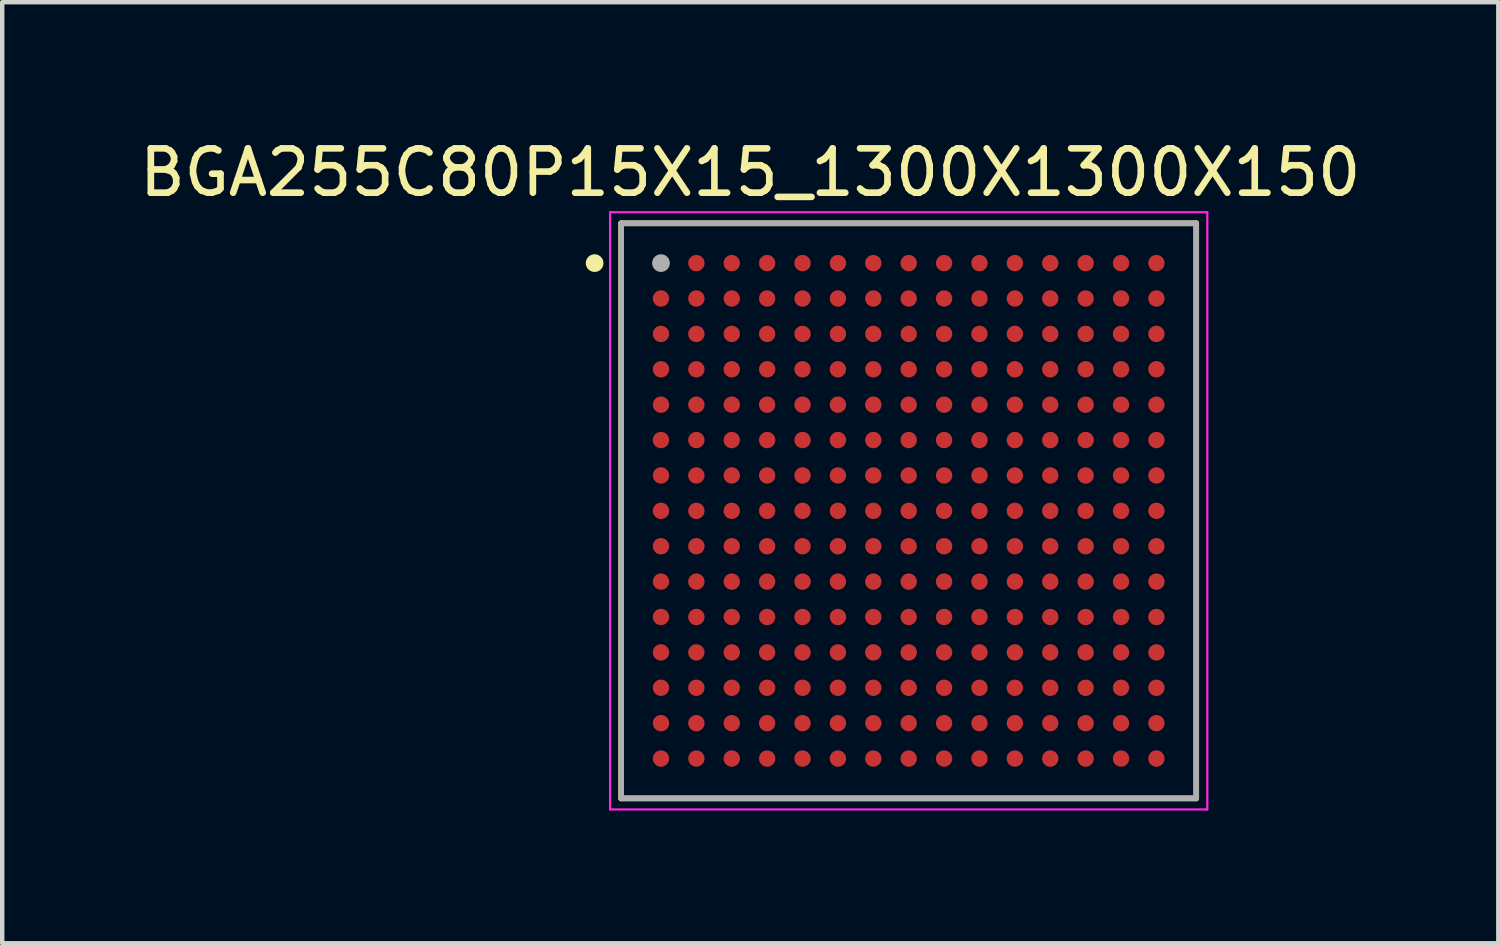
<source format=kicad_pcb>
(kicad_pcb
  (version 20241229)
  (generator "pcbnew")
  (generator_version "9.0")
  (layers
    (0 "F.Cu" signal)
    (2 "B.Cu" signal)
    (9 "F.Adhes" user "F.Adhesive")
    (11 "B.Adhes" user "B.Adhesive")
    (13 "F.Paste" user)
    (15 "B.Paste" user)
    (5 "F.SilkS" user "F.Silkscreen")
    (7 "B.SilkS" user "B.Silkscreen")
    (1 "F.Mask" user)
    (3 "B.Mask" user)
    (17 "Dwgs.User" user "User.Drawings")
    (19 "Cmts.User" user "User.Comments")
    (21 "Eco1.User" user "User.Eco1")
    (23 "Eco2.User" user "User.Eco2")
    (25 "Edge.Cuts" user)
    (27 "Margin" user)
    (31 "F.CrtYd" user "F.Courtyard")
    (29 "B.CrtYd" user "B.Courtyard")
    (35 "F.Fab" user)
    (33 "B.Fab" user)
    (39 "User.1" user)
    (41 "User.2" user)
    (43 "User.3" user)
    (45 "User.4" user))
  (footprint "BGA255C80P15X15_1300X1300X150"
    (layer "F.Cu")
    (at 17.492 8.498)
    (property "Reference" "BGA255C80P15X15_1300X1300X150" (at -3.581 -7.648 0) (layer "F.SilkS") (effects (font (size 1.002 1.002) (thickness 0.15))))
    (attr smd)
    (fp_line (start -6.5 -6.5) (end -6.5 6.5) (stroke (width 0.127) (type solid)) (layer "F.SilkS"))
    (fp_line (start -6.5 -6.5) (end 6.5 -6.5) (stroke (width 0.127) (type solid)) (layer "F.SilkS"))
    (fp_line (start -6.5 6.5) (end 6.5 6.5) (stroke (width 0.127) (type solid)) (layer "F.SilkS"))
    (fp_line (start 6.5 -6.5) (end 6.5 6.5) (stroke (width 0.127) (type solid)) (layer "F.SilkS"))
    (fp_circle (center -7.1 -5.6) (end -7 -5.6) (stroke (width 0.2) (type solid)) (fill no) (layer "F.SilkS"))
    (fp_line (start -6.75 -6.75) (end 6.75 -6.75) (stroke (width 0.05) (type solid)) (layer "F.CrtYd"))
    (fp_line (start -6.75 6.75) (end -6.75 -6.75) (stroke (width 0.05) (type solid)) (layer "F.CrtYd"))
    (fp_line (start 6.75 -6.75) (end 6.75 6.75) (stroke (width 0.05) (type solid)) (layer "F.CrtYd"))
    (fp_line (start 6.75 6.75) (end -6.75 6.75) (stroke (width 0.05) (type solid)) (layer "F.CrtYd"))
    (fp_line (start -6.5 -6.5) (end 6.5 -6.5) (stroke (width 0.127) (type solid)) (layer "F.Fab"))
    (fp_line (start -6.5 6.5) (end -6.5 -6.5) (stroke (width 0.127) (type solid)) (layer "F.Fab"))
    (fp_line (start 6.5 -6.5) (end 6.5 6.5) (stroke (width 0.127) (type solid)) (layer "F.Fab"))
    (fp_line (start 6.5 6.5) (end -6.5 6.5) (stroke (width 0.127) (type solid)) (layer "F.Fab"))
    (fp_circle (center -5.6 -5.6) (end -5.5 -5.6) (stroke (width 0.2) (type solid)) (fill no) (layer "F.Fab"))
    (pad "A1" smd circle (at -5.6 -5.6) (size 0.37 0.37) (layers "F.Cu" "F.Mask" "F.Paste"))
    (pad "A2" smd circle (at -4.8 -5.6) (size 0.37 0.37) (layers "F.Cu" "F.Mask" "F.Paste"))
    (pad "A3" smd circle (at -4 -5.6) (size 0.37 0.37) (layers "F.Cu" "F.Mask" "F.Paste"))
    (pad "A4" smd circle (at -3.2 -5.6) (size 0.37 0.37) (layers "F.Cu" "F.Mask" "F.Paste"))
    (pad "A5" smd circle (at -2.4 -5.6) (size 0.37 0.37) (layers "F.Cu" "F.Mask" "F.Paste"))
    (pad "A6" smd circle (at -1.6 -5.6) (size 0.37 0.37) (layers "F.Cu" "F.Mask" "F.Paste"))
    (pad "A7" smd circle (at -0.8 -5.6) (size 0.37 0.37) (layers "F.Cu" "F.Mask" "F.Paste"))
    (pad "A8" smd circle (at 0 -5.6) (size 0.37 0.37) (layers "F.Cu" "F.Mask" "F.Paste"))
    (pad "A9" smd circle (at 0.8 -5.6) (size 0.37 0.37) (layers "F.Cu" "F.Mask" "F.Paste"))
    (pad "A10" smd circle (at 1.6 -5.6) (size 0.37 0.37) (layers "F.Cu" "F.Mask" "F.Paste"))
    (pad "A11" smd circle (at 2.4 -5.6) (size 0.37 0.37) (layers "F.Cu" "F.Mask" "F.Paste"))
    (pad "A12" smd circle (at 3.2 -5.6) (size 0.37 0.37) (layers "F.Cu" "F.Mask" "F.Paste"))
    (pad "A13" smd circle (at 4 -5.6) (size 0.37 0.37) (layers "F.Cu" "F.Mask" "F.Paste"))
    (pad "A14" smd circle (at 4.8 -5.6) (size 0.37 0.37) (layers "F.Cu" "F.Mask" "F.Paste"))
    (pad "A15" smd circle (at 5.6 -5.6) (size 0.37 0.37) (layers "F.Cu" "F.Mask" "F.Paste"))
    (pad "B1" smd circle (at -5.6 -4.8) (size 0.37 0.37) (layers "F.Cu" "F.Mask" "F.Paste"))
    (pad "B2" smd circle (at -4.8 -4.8) (size 0.37 0.37) (layers "F.Cu" "F.Mask" "F.Paste"))
    (pad "B3" smd circle (at -4 -4.8) (size 0.37 0.37) (layers "F.Cu" "F.Mask" "F.Paste"))
    (pad "B4" smd circle (at -3.2 -4.8) (size 0.37 0.37) (layers "F.Cu" "F.Mask" "F.Paste"))
    (pad "B5" smd circle (at -2.4 -4.8) (size 0.37 0.37) (layers "F.Cu" "F.Mask" "F.Paste"))
    (pad "B6" smd circle (at -1.6 -4.8) (size 0.37 0.37) (layers "F.Cu" "F.Mask" "F.Paste"))
    (pad "B7" smd circle (at -0.8 -4.8) (size 0.37 0.37) (layers "F.Cu" "F.Mask" "F.Paste"))
    (pad "B8" smd circle (at 0 -4.8) (size 0.37 0.37) (layers "F.Cu" "F.Mask" "F.Paste"))
    (pad "B9" smd circle (at 0.8 -4.8) (size 0.37 0.37) (layers "F.Cu" "F.Mask" "F.Paste"))
    (pad "B10" smd circle (at 1.6 -4.8) (size 0.37 0.37) (layers "F.Cu" "F.Mask" "F.Paste"))
    (pad "B11" smd circle (at 2.4 -4.8) (size 0.37 0.37) (layers "F.Cu" "F.Mask" "F.Paste"))
    (pad "B12" smd circle (at 3.2 -4.8) (size 0.37 0.37) (layers "F.Cu" "F.Mask" "F.Paste"))
    (pad "B13" smd circle (at 4 -4.8) (size 0.37 0.37) (layers "F.Cu" "F.Mask" "F.Paste"))
    (pad "B14" smd circle (at 4.8 -4.8) (size 0.37 0.37) (layers "F.Cu" "F.Mask" "F.Paste"))
    (pad "B15" smd circle (at 5.6 -4.8) (size 0.37 0.37) (layers "F.Cu" "F.Mask" "F.Paste"))
    (pad "C1" smd circle (at -5.6 -4) (size 0.37 0.37) (layers "F.Cu" "F.Mask" "F.Paste"))
    (pad "C2" smd circle (at -4.8 -4) (size 0.37 0.37) (layers "F.Cu" "F.Mask" "F.Paste"))
    (pad "C3" smd circle (at -4 -4) (size 0.37 0.37) (layers "F.Cu" "F.Mask" "F.Paste"))
    (pad "C4" smd circle (at -3.2 -4) (size 0.37 0.37) (layers "F.Cu" "F.Mask" "F.Paste"))
    (pad "C5" smd circle (at -2.4 -4) (size 0.37 0.37) (layers "F.Cu" "F.Mask" "F.Paste"))
    (pad "C6" smd circle (at -1.6 -4) (size 0.37 0.37) (layers "F.Cu" "F.Mask" "F.Paste"))
    (pad "C7" smd circle (at -0.8 -4) (size 0.37 0.37) (layers "F.Cu" "F.Mask" "F.Paste"))
    (pad "C8" smd circle (at 0 -4) (size 0.37 0.37) (layers "F.Cu" "F.Mask" "F.Paste"))
    (pad "C9" smd circle (at 0.8 -4) (size 0.37 0.37) (layers "F.Cu" "F.Mask" "F.Paste"))
    (pad "C10" smd circle (at 1.6 -4) (size 0.37 0.37) (layers "F.Cu" "F.Mask" "F.Paste"))
    (pad "C11" smd circle (at 2.4 -4) (size 0.37 0.37) (layers "F.Cu" "F.Mask" "F.Paste"))
    (pad "C12" smd circle (at 3.2 -4) (size 0.37 0.37) (layers "F.Cu" "F.Mask" "F.Paste"))
    (pad "C13" smd circle (at 4 -4) (size 0.37 0.37) (layers "F.Cu" "F.Mask" "F.Paste"))
    (pad "C14" smd circle (at 4.8 -4) (size 0.37 0.37) (layers "F.Cu" "F.Mask" "F.Paste"))
    (pad "C15" smd circle (at 5.6 -4) (size 0.37 0.37) (layers "F.Cu" "F.Mask" "F.Paste"))
    (pad "D1" smd circle (at -5.6 -3.2) (size 0.37 0.37) (layers "F.Cu" "F.Mask" "F.Paste"))
    (pad "D2" smd circle (at -4.8 -3.2) (size 0.37 0.37) (layers "F.Cu" "F.Mask" "F.Paste"))
    (pad "D3" smd circle (at -4 -3.2) (size 0.37 0.37) (layers "F.Cu" "F.Mask" "F.Paste"))
    (pad "D4" smd circle (at -3.2 -3.2) (size 0.37 0.37) (layers "F.Cu" "F.Mask" "F.Paste"))
    (pad "D5" smd circle (at -2.4 -3.2) (size 0.37 0.37) (layers "F.Cu" "F.Mask" "F.Paste"))
    (pad "D6" smd circle (at -1.6 -3.2) (size 0.37 0.37) (layers "F.Cu" "F.Mask" "F.Paste"))
    (pad "D7" smd circle (at -0.8 -3.2) (size 0.37 0.37) (layers "F.Cu" "F.Mask" "F.Paste"))
    (pad "D8" smd circle (at 0 -3.2) (size 0.37 0.37) (layers "F.Cu" "F.Mask" "F.Paste"))
    (pad "D9" smd circle (at 0.8 -3.2) (size 0.37 0.37) (layers "F.Cu" "F.Mask" "F.Paste"))
    (pad "D10" smd circle (at 1.6 -3.2) (size 0.37 0.37) (layers "F.Cu" "F.Mask" "F.Paste"))
    (pad "D11" smd circle (at 2.4 -3.2) (size 0.37 0.37) (layers "F.Cu" "F.Mask" "F.Paste"))
    (pad "D12" smd circle (at 3.2 -3.2) (size 0.37 0.37) (layers "F.Cu" "F.Mask" "F.Paste"))
    (pad "D13" smd circle (at 4 -3.2) (size 0.37 0.37) (layers "F.Cu" "F.Mask" "F.Paste"))
    (pad "D14" smd circle (at 4.8 -3.2) (size 0.37 0.37) (layers "F.Cu" "F.Mask" "F.Paste"))
    (pad "D15" smd circle (at 5.6 -3.2) (size 0.37 0.37) (layers "F.Cu" "F.Mask" "F.Paste"))
    (pad "E1" smd circle (at -5.6 -2.4) (size 0.37 0.37) (layers "F.Cu" "F.Mask" "F.Paste"))
    (pad "E2" smd circle (at -4.8 -2.4) (size 0.37 0.37) (layers "F.Cu" "F.Mask" "F.Paste"))
    (pad "E3" smd circle (at -4 -2.4) (size 0.37 0.37) (layers "F.Cu" "F.Mask" "F.Paste"))
    (pad "E4" smd circle (at -3.2 -2.4) (size 0.37 0.37) (layers "F.Cu" "F.Mask" "F.Paste"))
    (pad "E5" smd circle (at -2.4 -2.4) (size 0.37 0.37) (layers "F.Cu" "F.Mask" "F.Paste"))
    (pad "E6" smd circle (at -1.6 -2.4) (size 0.37 0.37) (layers "F.Cu" "F.Mask" "F.Paste"))
    (pad "E7" smd circle (at -0.8 -2.4) (size 0.37 0.37) (layers "F.Cu" "F.Mask" "F.Paste"))
    (pad "E8" smd circle (at 0 -2.4) (size 0.37 0.37) (layers "F.Cu" "F.Mask" "F.Paste"))
    (pad "E9" smd circle (at 0.8 -2.4) (size 0.37 0.37) (layers "F.Cu" "F.Mask" "F.Paste"))
    (pad "E10" smd circle (at 1.6 -2.4) (size 0.37 0.37) (layers "F.Cu" "F.Mask" "F.Paste"))
    (pad "E11" smd circle (at 2.4 -2.4) (size 0.37 0.37) (layers "F.Cu" "F.Mask" "F.Paste"))
    (pad "E12" smd circle (at 3.2 -2.4) (size 0.37 0.37) (layers "F.Cu" "F.Mask" "F.Paste"))
    (pad "E13" smd circle (at 4 -2.4) (size 0.37 0.37) (layers "F.Cu" "F.Mask" "F.Paste"))
    (pad "E14" smd circle (at 4.8 -2.4) (size 0.37 0.37) (layers "F.Cu" "F.Mask" "F.Paste"))
    (pad "E15" smd circle (at 5.6 -2.4) (size 0.37 0.37) (layers "F.Cu" "F.Mask" "F.Paste"))
    (pad "F1" smd circle (at -5.6 -1.6) (size 0.37 0.37) (layers "F.Cu" "F.Mask" "F.Paste"))
    (pad "F2" smd circle (at -4.8 -1.6) (size 0.37 0.37) (layers "F.Cu" "F.Mask" "F.Paste"))
    (pad "F3" smd circle (at -4 -1.6) (size 0.37 0.37) (layers "F.Cu" "F.Mask" "F.Paste"))
    (pad "F4" smd circle (at -3.2 -1.6) (size 0.37 0.37) (layers "F.Cu" "F.Mask" "F.Paste"))
    (pad "F5" smd circle (at -2.4 -1.6) (size 0.37 0.37) (layers "F.Cu" "F.Mask" "F.Paste"))
    (pad "F6" smd circle (at -1.6 -1.6) (size 0.37 0.37) (layers "F.Cu" "F.Mask" "F.Paste"))
    (pad "F7" smd circle (at -0.8 -1.6) (size 0.37 0.37) (layers "F.Cu" "F.Mask" "F.Paste"))
    (pad "F8" smd circle (at 0 -1.6) (size 0.37 0.37) (layers "F.Cu" "F.Mask" "F.Paste"))
    (pad "F9" smd circle (at 0.8 -1.6) (size 0.37 0.37) (layers "F.Cu" "F.Mask" "F.Paste"))
    (pad "F10" smd circle (at 1.6 -1.6) (size 0.37 0.37) (layers "F.Cu" "F.Mask" "F.Paste"))
    (pad "F11" smd circle (at 2.4 -1.6) (size 0.37 0.37) (layers "F.Cu" "F.Mask" "F.Paste"))
    (pad "F12" smd circle (at 3.2 -1.6) (size 0.37 0.37) (layers "F.Cu" "F.Mask" "F.Paste"))
    (pad "F13" smd circle (at 4 -1.6) (size 0.37 0.37) (layers "F.Cu" "F.Mask" "F.Paste"))
    (pad "F14" smd circle (at 4.8 -1.6) (size 0.37 0.37) (layers "F.Cu" "F.Mask" "F.Paste"))
    (pad "F15" smd circle (at 5.6 -1.6) (size 0.37 0.37) (layers "F.Cu" "F.Mask" "F.Paste"))
    (pad "G1" smd circle (at -5.6 -0.8) (size 0.37 0.37) (layers "F.Cu" "F.Mask" "F.Paste"))
    (pad "G2" smd circle (at -4.8 -0.8) (size 0.37 0.37) (layers "F.Cu" "F.Mask" "F.Paste"))
    (pad "G3" smd circle (at -4 -0.8) (size 0.37 0.37) (layers "F.Cu" "F.Mask" "F.Paste"))
    (pad "G4" smd circle (at -3.2 -0.8) (size 0.37 0.37) (layers "F.Cu" "F.Mask" "F.Paste"))
    (pad "G5" smd circle (at -2.4 -0.8) (size 0.37 0.37) (layers "F.Cu" "F.Mask" "F.Paste"))
    (pad "G6" smd circle (at -1.6 -0.8) (size 0.37 0.37) (layers "F.Cu" "F.Mask" "F.Paste"))
    (pad "G7" smd circle (at -0.8 -0.8) (size 0.37 0.37) (layers "F.Cu" "F.Mask" "F.Paste"))
    (pad "G8" smd circle (at 0 -0.8) (size 0.37 0.37) (layers "F.Cu" "F.Mask" "F.Paste"))
    (pad "G9" smd circle (at 0.8 -0.8) (size 0.37 0.37) (layers "F.Cu" "F.Mask" "F.Paste"))
    (pad "G10" smd circle (at 1.6 -0.8) (size 0.37 0.37) (layers "F.Cu" "F.Mask" "F.Paste"))
    (pad "G11" smd circle (at 2.4 -0.8) (size 0.37 0.37) (layers "F.Cu" "F.Mask" "F.Paste"))
    (pad "G12" smd circle (at 3.2 -0.8) (size 0.37 0.37) (layers "F.Cu" "F.Mask" "F.Paste"))
    (pad "G13" smd circle (at 4 -0.8) (size 0.37 0.37) (layers "F.Cu" "F.Mask" "F.Paste"))
    (pad "G14" smd circle (at 4.8 -0.8) (size 0.37 0.37) (layers "F.Cu" "F.Mask" "F.Paste"))
    (pad "G15" smd circle (at 5.6 -0.8) (size 0.37 0.37) (layers "F.Cu" "F.Mask" "F.Paste"))
    (pad "H1" smd circle (at -5.6 0) (size 0.37 0.37) (layers "F.Cu" "F.Mask" "F.Paste"))
    (pad "H2" smd circle (at -4.8 0) (size 0.37 0.37) (layers "F.Cu" "F.Mask" "F.Paste"))
    (pad "H3" smd circle (at -4 0) (size 0.37 0.37) (layers "F.Cu" "F.Mask" "F.Paste"))
    (pad "H4" smd circle (at -3.2 0) (size 0.37 0.37) (layers "F.Cu" "F.Mask" "F.Paste"))
    (pad "H5" smd circle (at -2.4 0) (size 0.37 0.37) (layers "F.Cu" "F.Mask" "F.Paste"))
    (pad "H6" smd circle (at -1.6 0) (size 0.37 0.37) (layers "F.Cu" "F.Mask" "F.Paste"))
    (pad "H7" smd circle (at -0.8 0) (size 0.37 0.37) (layers "F.Cu" "F.Mask" "F.Paste"))
    (pad "H8" smd circle (at 0 0) (size 0.37 0.37) (layers "F.Cu" "F.Mask" "F.Paste"))
    (pad "H9" smd circle (at 0.8 0) (size 0.37 0.37) (layers "F.Cu" "F.Mask" "F.Paste"))
    (pad "H10" smd circle (at 1.6 0) (size 0.37 0.37) (layers "F.Cu" "F.Mask" "F.Paste"))
    (pad "H11" smd circle (at 2.4 0) (size 0.37 0.37) (layers "F.Cu" "F.Mask" "F.Paste"))
    (pad "H12" smd circle (at 3.2 0) (size 0.37 0.37) (layers "F.Cu" "F.Mask" "F.Paste"))
    (pad "H13" smd circle (at 4 0) (size 0.37 0.37) (layers "F.Cu" "F.Mask" "F.Paste"))
    (pad "H14" smd circle (at 4.8 0) (size 0.37 0.37) (layers "F.Cu" "F.Mask" "F.Paste"))
    (pad "H15" smd circle (at 5.6 0) (size 0.37 0.37) (layers "F.Cu" "F.Mask" "F.Paste"))
    (pad "J1" smd circle (at -5.6 0.8) (size 0.37 0.37) (layers "F.Cu" "F.Mask" "F.Paste"))
    (pad "J2" smd circle (at -4.8 0.8) (size 0.37 0.37) (layers "F.Cu" "F.Mask" "F.Paste"))
    (pad "J3" smd circle (at -4 0.8) (size 0.37 0.37) (layers "F.Cu" "F.Mask" "F.Paste"))
    (pad "J4" smd circle (at -3.2 0.8) (size 0.37 0.37) (layers "F.Cu" "F.Mask" "F.Paste"))
    (pad "J5" smd circle (at -2.4 0.8) (size 0.37 0.37) (layers "F.Cu" "F.Mask" "F.Paste"))
    (pad "J6" smd circle (at -1.6 0.8) (size 0.37 0.37) (layers "F.Cu" "F.Mask" "F.Paste"))
    (pad "J7" smd circle (at -0.8 0.8) (size 0.37 0.37) (layers "F.Cu" "F.Mask" "F.Paste"))
    (pad "J8" smd circle (at 0 0.8) (size 0.37 0.37) (layers "F.Cu" "F.Mask" "F.Paste"))
    (pad "J9" smd circle (at 0.8 0.8) (size 0.37 0.37) (layers "F.Cu" "F.Mask" "F.Paste"))
    (pad "J10" smd circle (at 1.6 0.8) (size 0.37 0.37) (layers "F.Cu" "F.Mask" "F.Paste"))
    (pad "J11" smd circle (at 2.4 0.8) (size 0.37 0.37) (layers "F.Cu" "F.Mask" "F.Paste"))
    (pad "J12" smd circle (at 3.2 0.8) (size 0.37 0.37) (layers "F.Cu" "F.Mask" "F.Paste"))
    (pad "J13" smd circle (at 4 0.8) (size 0.37 0.37) (layers "F.Cu" "F.Mask" "F.Paste"))
    (pad "J14" smd circle (at 4.8 0.8) (size 0.37 0.37) (layers "F.Cu" "F.Mask" "F.Paste"))
    (pad "J15" smd circle (at 5.6 0.8) (size 0.37 0.37) (layers "F.Cu" "F.Mask" "F.Paste"))
    (pad "K1" smd circle (at -5.6 1.6) (size 0.37 0.37) (layers "F.Cu" "F.Mask" "F.Paste"))
    (pad "K2" smd circle (at -4.8 1.6) (size 0.37 0.37) (layers "F.Cu" "F.Mask" "F.Paste"))
    (pad "K3" smd circle (at -4 1.6) (size 0.37 0.37) (layers "F.Cu" "F.Mask" "F.Paste"))
    (pad "K4" smd circle (at -3.2 1.6) (size 0.37 0.37) (layers "F.Cu" "F.Mask" "F.Paste"))
    (pad "K5" smd circle (at -2.4 1.6) (size 0.37 0.37) (layers "F.Cu" "F.Mask" "F.Paste"))
    (pad "K6" smd circle (at -1.6 1.6) (size 0.37 0.37) (layers "F.Cu" "F.Mask" "F.Paste"))
    (pad "K7" smd circle (at -0.8 1.6) (size 0.37 0.37) (layers "F.Cu" "F.Mask" "F.Paste"))
    (pad "K8" smd circle (at 0 1.6) (size 0.37 0.37) (layers "F.Cu" "F.Mask" "F.Paste"))
    (pad "K9" smd circle (at 0.8 1.6) (size 0.37 0.37) (layers "F.Cu" "F.Mask" "F.Paste"))
    (pad "K10" smd circle (at 1.6 1.6) (size 0.37 0.37) (layers "F.Cu" "F.Mask" "F.Paste"))
    (pad "K11" smd circle (at 2.4 1.6) (size 0.37 0.37) (layers "F.Cu" "F.Mask" "F.Paste"))
    (pad "K12" smd circle (at 3.2 1.6) (size 0.37 0.37) (layers "F.Cu" "F.Mask" "F.Paste"))
    (pad "K13" smd circle (at 4 1.6) (size 0.37 0.37) (layers "F.Cu" "F.Mask" "F.Paste"))
    (pad "K14" smd circle (at 4.8 1.6) (size 0.37 0.37) (layers "F.Cu" "F.Mask" "F.Paste"))
    (pad "K15" smd circle (at 5.6 1.6) (size 0.37 0.37) (layers "F.Cu" "F.Mask" "F.Paste"))
    (pad "L1" smd circle (at -5.6 2.4) (size 0.37 0.37) (layers "F.Cu" "F.Mask" "F.Paste"))
    (pad "L2" smd circle (at -4.8 2.4) (size 0.37 0.37) (layers "F.Cu" "F.Mask" "F.Paste"))
    (pad "L3" smd circle (at -4 2.4) (size 0.37 0.37) (layers "F.Cu" "F.Mask" "F.Paste"))
    (pad "L4" smd circle (at -3.2 2.4) (size 0.37 0.37) (layers "F.Cu" "F.Mask" "F.Paste"))
    (pad "L5" smd circle (at -2.4 2.4) (size 0.37 0.37) (layers "F.Cu" "F.Mask" "F.Paste"))
    (pad "L6" smd circle (at -1.6 2.4) (size 0.37 0.37) (layers "F.Cu" "F.Mask" "F.Paste"))
    (pad "L7" smd circle (at -0.8 2.4) (size 0.37 0.37) (layers "F.Cu" "F.Mask" "F.Paste"))
    (pad "L8" smd circle (at 0 2.4) (size 0.37 0.37) (layers "F.Cu" "F.Mask" "F.Paste"))
    (pad "L9" smd circle (at 0.8 2.4) (size 0.37 0.37) (layers "F.Cu" "F.Mask" "F.Paste"))
    (pad "L10" smd circle (at 1.6 2.4) (size 0.37 0.37) (layers "F.Cu" "F.Mask" "F.Paste"))
    (pad "L11" smd circle (at 2.4 2.4) (size 0.37 0.37) (layers "F.Cu" "F.Mask" "F.Paste"))
    (pad "L12" smd circle (at 3.2 2.4) (size 0.37 0.37) (layers "F.Cu" "F.Mask" "F.Paste"))
    (pad "L13" smd circle (at 4 2.4) (size 0.37 0.37) (layers "F.Cu" "F.Mask" "F.Paste"))
    (pad "L14" smd circle (at 4.8 2.4) (size 0.37 0.37) (layers "F.Cu" "F.Mask" "F.Paste"))
    (pad "L15" smd circle (at 5.6 2.4) (size 0.37 0.37) (layers "F.Cu" "F.Mask" "F.Paste"))
    (pad "M1" smd circle (at -5.6 3.2) (size 0.37 0.37) (layers "F.Cu" "F.Mask" "F.Paste"))
    (pad "M2" smd circle (at -4.8 3.2) (size 0.37 0.37) (layers "F.Cu" "F.Mask" "F.Paste"))
    (pad "M3" smd circle (at -4 3.2) (size 0.37 0.37) (layers "F.Cu" "F.Mask" "F.Paste"))
    (pad "M4" smd circle (at -3.2 3.2) (size 0.37 0.37) (layers "F.Cu" "F.Mask" "F.Paste"))
    (pad "M5" smd circle (at -2.4 3.2) (size 0.37 0.37) (layers "F.Cu" "F.Mask" "F.Paste"))
    (pad "M6" smd circle (at -1.6 3.2) (size 0.37 0.37) (layers "F.Cu" "F.Mask" "F.Paste"))
    (pad "M7" smd circle (at -0.8 3.2) (size 0.37 0.37) (layers "F.Cu" "F.Mask" "F.Paste"))
    (pad "M8" smd circle (at 0 3.2) (size 0.37 0.37) (layers "F.Cu" "F.Mask" "F.Paste"))
    (pad "M9" smd circle (at 0.8 3.2) (size 0.37 0.37) (layers "F.Cu" "F.Mask" "F.Paste"))
    (pad "M10" smd circle (at 1.6 3.2) (size 0.37 0.37) (layers "F.Cu" "F.Mask" "F.Paste"))
    (pad "M11" smd circle (at 2.4 3.2) (size 0.37 0.37) (layers "F.Cu" "F.Mask" "F.Paste"))
    (pad "M12" smd circle (at 3.2 3.2) (size 0.37 0.37) (layers "F.Cu" "F.Mask" "F.Paste"))
    (pad "M13" smd circle (at 4 3.2) (size 0.37 0.37) (layers "F.Cu" "F.Mask" "F.Paste"))
    (pad "M14" smd circle (at 4.8 3.2) (size 0.37 0.37) (layers "F.Cu" "F.Mask" "F.Paste"))
    (pad "M15" smd circle (at 5.6 3.2) (size 0.37 0.37) (layers "F.Cu" "F.Mask" "F.Paste"))
    (pad "N1" smd circle (at -5.6 4) (size 0.37 0.37) (layers "F.Cu" "F.Mask" "F.Paste"))
    (pad "N2" smd circle (at -4.8 4) (size 0.37 0.37) (layers "F.Cu" "F.Mask" "F.Paste"))
    (pad "N3" smd circle (at -4 4) (size 0.37 0.37) (layers "F.Cu" "F.Mask" "F.Paste"))
    (pad "N4" smd circle (at -3.2 4) (size 0.37 0.37) (layers "F.Cu" "F.Mask" "F.Paste"))
    (pad "N5" smd circle (at -2.4 4) (size 0.37 0.37) (layers "F.Cu" "F.Mask" "F.Paste"))
    (pad "N6" smd circle (at -1.6 4) (size 0.37 0.37) (layers "F.Cu" "F.Mask" "F.Paste"))
    (pad "N7" smd circle (at -0.8 4) (size 0.37 0.37) (layers "F.Cu" "F.Mask" "F.Paste"))
    (pad "N8" smd circle (at 0 4) (size 0.37 0.37) (layers "F.Cu" "F.Mask" "F.Paste"))
    (pad "N9" smd circle (at 0.8 4) (size 0.37 0.37) (layers "F.Cu" "F.Mask" "F.Paste"))
    (pad "N10" smd circle (at 1.6 4) (size 0.37 0.37) (layers "F.Cu" "F.Mask" "F.Paste"))
    (pad "N11" smd circle (at 2.4 4) (size 0.37 0.37) (layers "F.Cu" "F.Mask" "F.Paste"))
    (pad "N12" smd circle (at 3.2 4) (size 0.37 0.37) (layers "F.Cu" "F.Mask" "F.Paste"))
    (pad "N13" smd circle (at 4 4) (size 0.37 0.37) (layers "F.Cu" "F.Mask" "F.Paste"))
    (pad "N14" smd circle (at 4.8 4) (size 0.37 0.37) (layers "F.Cu" "F.Mask" "F.Paste"))
    (pad "N15" smd circle (at 5.6 4) (size 0.37 0.37) (layers "F.Cu" "F.Mask" "F.Paste"))
    (pad "P1" smd circle (at -5.6 4.8) (size 0.37 0.37) (layers "F.Cu" "F.Mask" "F.Paste"))
    (pad "P2" smd circle (at -4.8 4.8) (size 0.37 0.37) (layers "F.Cu" "F.Mask" "F.Paste"))
    (pad "P3" smd circle (at -4 4.8) (size 0.37 0.37) (layers "F.Cu" "F.Mask" "F.Paste"))
    (pad "P4" smd circle (at -3.2 4.8) (size 0.37 0.37) (layers "F.Cu" "F.Mask" "F.Paste"))
    (pad "P5" smd circle (at -2.4 4.8) (size 0.37 0.37) (layers "F.Cu" "F.Mask" "F.Paste"))
    (pad "P6" smd circle (at -1.6 4.8) (size 0.37 0.37) (layers "F.Cu" "F.Mask" "F.Paste"))
    (pad "P7" smd circle (at -0.8 4.8) (size 0.37 0.37) (layers "F.Cu" "F.Mask" "F.Paste"))
    (pad "P8" smd circle (at 0 4.8) (size 0.37 0.37) (layers "F.Cu" "F.Mask" "F.Paste"))
    (pad "P9" smd circle (at 0.8 4.8) (size 0.37 0.37) (layers "F.Cu" "F.Mask" "F.Paste"))
    (pad "P10" smd circle (at 1.6 4.8) (size 0.37 0.37) (layers "F.Cu" "F.Mask" "F.Paste"))
    (pad "P11" smd circle (at 2.4 4.8) (size 0.37 0.37) (layers "F.Cu" "F.Mask" "F.Paste"))
    (pad "P12" smd circle (at 3.2 4.8) (size 0.37 0.37) (layers "F.Cu" "F.Mask" "F.Paste"))
    (pad "P13" smd circle (at 4 4.8) (size 0.37 0.37) (layers "F.Cu" "F.Mask" "F.Paste"))
    (pad "P14" smd circle (at 4.8 4.8) (size 0.37 0.37) (layers "F.Cu" "F.Mask" "F.Paste"))
    (pad "P15" smd circle (at 5.6 4.8) (size 0.37 0.37) (layers "F.Cu" "F.Mask" "F.Paste"))
    (pad "R1" smd circle (at -5.6 5.6) (size 0.37 0.37) (layers "F.Cu" "F.Mask" "F.Paste"))
    (pad "R2" smd circle (at -4.8 5.6) (size 0.37 0.37) (layers "F.Cu" "F.Mask" "F.Paste"))
    (pad "R3" smd circle (at -4 5.6) (size 0.37 0.37) (layers "F.Cu" "F.Mask" "F.Paste"))
    (pad "R4" smd circle (at -3.2 5.6) (size 0.37 0.37) (layers "F.Cu" "F.Mask" "F.Paste"))
    (pad "R5" smd circle (at -2.4 5.6) (size 0.37 0.37) (layers "F.Cu" "F.Mask" "F.Paste"))
    (pad "R6" smd circle (at -1.6 5.6) (size 0.37 0.37) (layers "F.Cu" "F.Mask" "F.Paste"))
    (pad "R7" smd circle (at -0.8 5.6) (size 0.37 0.37) (layers "F.Cu" "F.Mask" "F.Paste"))
    (pad "R8" smd circle (at 0 5.6) (size 0.37 0.37) (layers "F.Cu" "F.Mask" "F.Paste"))
    (pad "R9" smd circle (at 0.8 5.6) (size 0.37 0.37) (layers "F.Cu" "F.Mask" "F.Paste"))
    (pad "R10" smd circle (at 1.6 5.6) (size 0.37 0.37) (layers "F.Cu" "F.Mask" "F.Paste"))
    (pad "R11" smd circle (at 2.4 5.6) (size 0.37 0.37) (layers "F.Cu" "F.Mask" "F.Paste"))
    (pad "R12" smd circle (at 3.2 5.6) (size 0.37 0.37) (layers "F.Cu" "F.Mask" "F.Paste"))
    (pad "R13" smd circle (at 4 5.6) (size 0.37 0.37) (layers "F.Cu" "F.Mask" "F.Paste"))
    (pad "R14" smd circle (at 4.8 5.6) (size 0.37 0.37) (layers "F.Cu" "F.Mask" "F.Paste"))
    (pad "R15" smd circle (at 5.6 5.6) (size 0.37 0.37) (layers "F.Cu" "F.Mask" "F.Paste")))
  (gr_rect
    (start -3 -3)
    (end 30.821 18.273)
    (stroke (width 0.1) (type default))
    (fill no)
    (layer "Edge.Cuts")))
</source>
